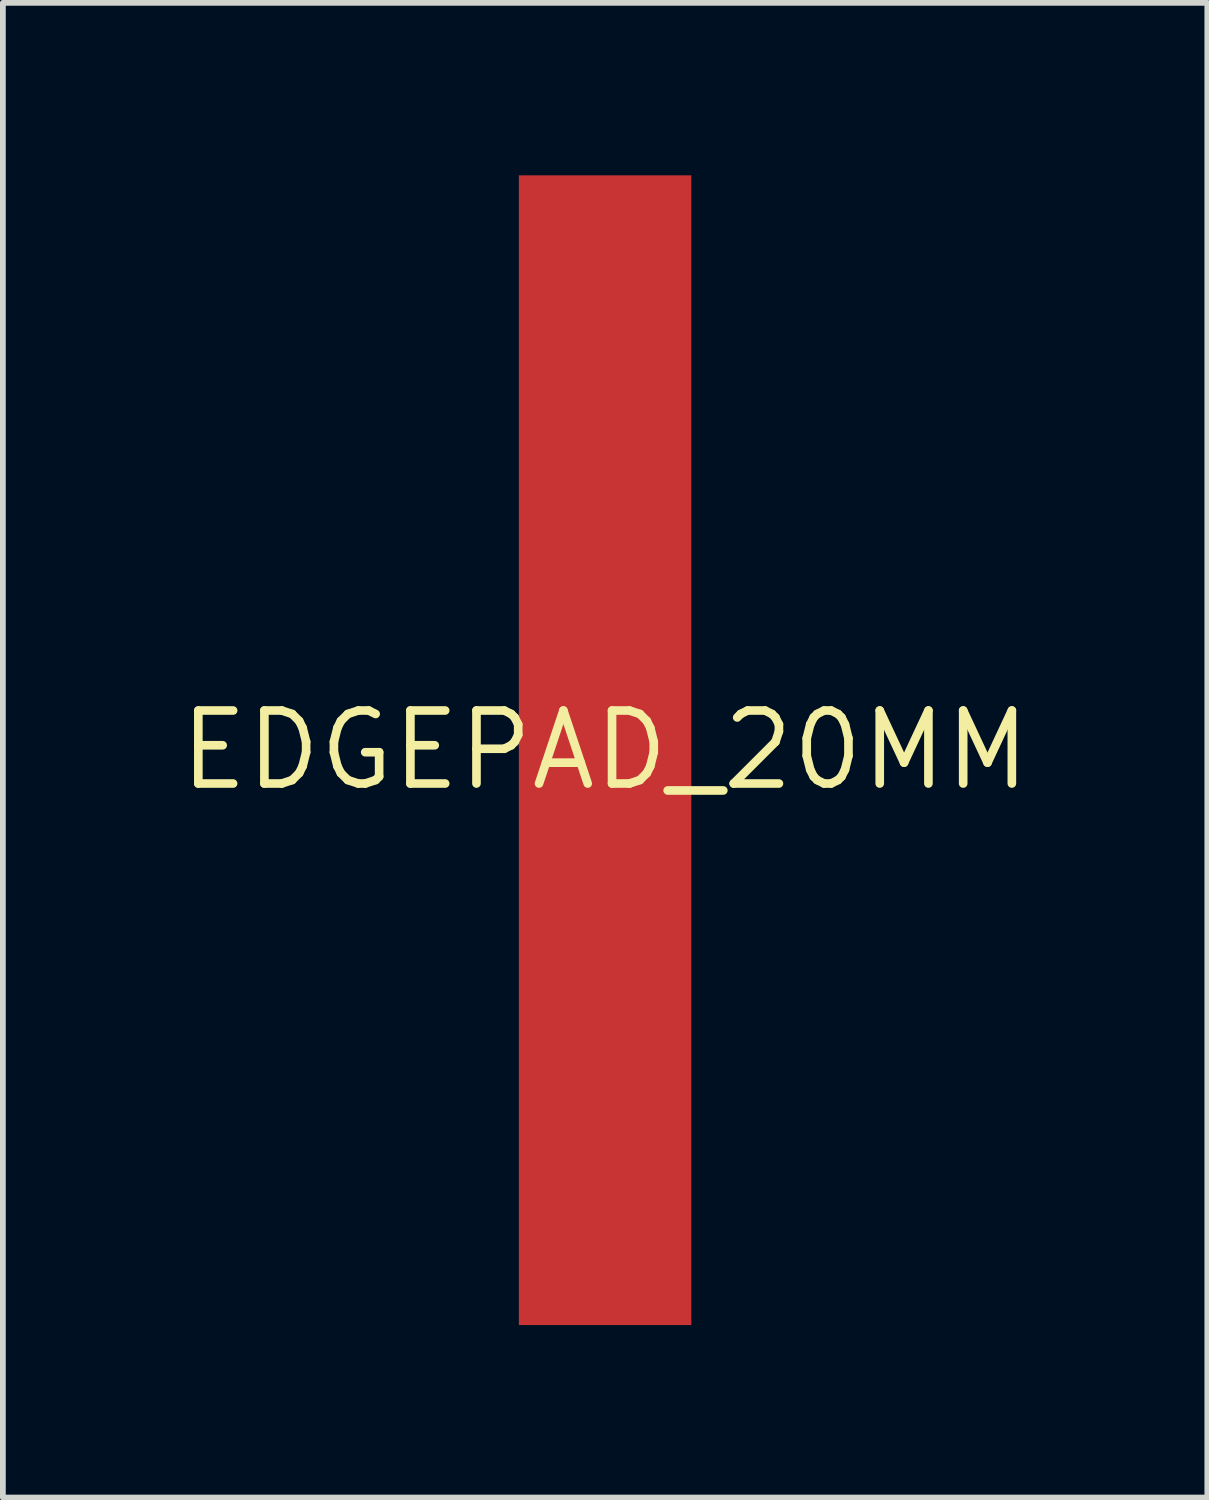
<source format=kicad_pcb>
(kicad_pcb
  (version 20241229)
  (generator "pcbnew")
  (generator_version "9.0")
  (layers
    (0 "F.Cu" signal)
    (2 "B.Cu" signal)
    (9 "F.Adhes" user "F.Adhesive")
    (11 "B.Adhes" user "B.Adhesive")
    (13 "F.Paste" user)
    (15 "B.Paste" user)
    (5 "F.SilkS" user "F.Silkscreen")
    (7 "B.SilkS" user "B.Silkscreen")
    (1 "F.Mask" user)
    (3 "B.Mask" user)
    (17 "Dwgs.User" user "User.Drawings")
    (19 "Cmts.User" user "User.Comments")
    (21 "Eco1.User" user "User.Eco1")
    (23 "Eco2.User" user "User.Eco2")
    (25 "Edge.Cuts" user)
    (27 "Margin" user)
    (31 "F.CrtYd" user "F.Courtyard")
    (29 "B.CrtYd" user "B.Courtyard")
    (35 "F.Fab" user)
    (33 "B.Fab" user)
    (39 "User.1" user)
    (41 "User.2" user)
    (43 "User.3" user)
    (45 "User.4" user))
  (footprint "EDGEPAD_20MM"
    (layer "F.Cu")
    (at 7.476 10)
    (property "Reference" "EDGEPAD_20MM" (at 0 0 0) (layer "F.SilkS") (effects (font (size 1.27 1.27) (thickness 0.15))))
    (pad "P$1" smd rect (at 0 0) (size 3 20) (layers "F.Cu" "F.Mask")))
  (gr_rect
    (start -3 -3)
    (end 17.952 23)
    (stroke (width 0.1) (type default))
    (fill no)
    (layer "Edge.Cuts")))
</source>
